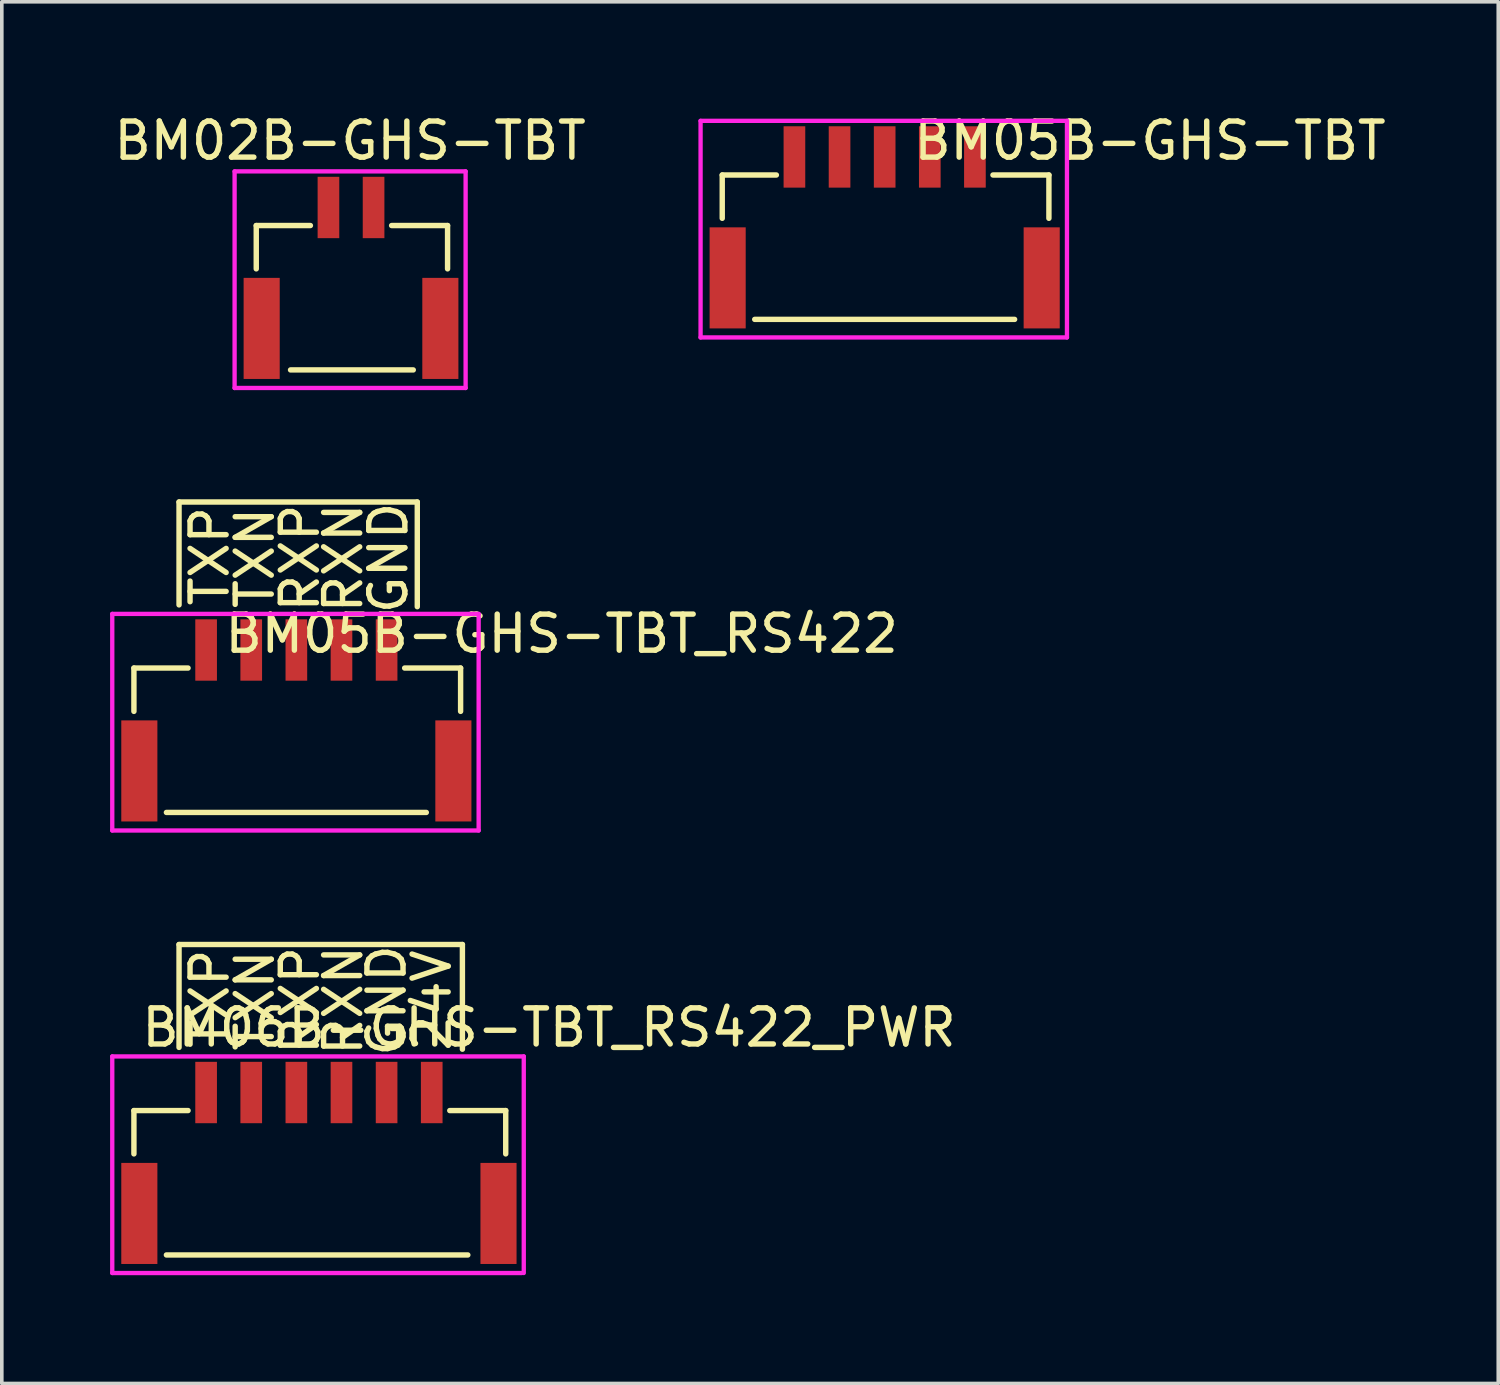
<source format=kicad_pcb>
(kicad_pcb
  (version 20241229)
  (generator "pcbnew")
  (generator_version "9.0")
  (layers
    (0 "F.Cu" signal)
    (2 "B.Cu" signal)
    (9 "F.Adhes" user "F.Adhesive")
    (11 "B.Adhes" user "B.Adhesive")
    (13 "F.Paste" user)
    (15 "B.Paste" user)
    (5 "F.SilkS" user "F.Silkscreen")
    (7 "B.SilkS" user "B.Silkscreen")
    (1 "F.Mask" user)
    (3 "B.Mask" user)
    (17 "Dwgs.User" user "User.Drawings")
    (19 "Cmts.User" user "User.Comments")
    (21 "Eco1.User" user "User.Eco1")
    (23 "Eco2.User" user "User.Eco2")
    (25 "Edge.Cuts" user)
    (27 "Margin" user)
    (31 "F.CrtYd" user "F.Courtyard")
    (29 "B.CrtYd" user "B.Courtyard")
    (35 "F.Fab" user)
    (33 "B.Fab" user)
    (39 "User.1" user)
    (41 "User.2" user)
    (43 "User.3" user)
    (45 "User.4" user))
  (footprint "BM02B-GHS-TBT"
    (layer "F.Cu")
    (at 6.649 5.398)
    (property "Reference" "BM02B-GHS-TBT" (at 0 -4.55 0) (layer "F.SilkS") (effects (font (size 1 1) (thickness 0.15))))
    (attr through_hole)
    (fp_line (start -2.6 -2.2) (end -1.1 -2.2) (stroke (width 0.15) (type solid)) (layer "F.SilkS"))
    (fp_line (start -2.6 -1) (end -2.6 -2.2) (stroke (width 0.15) (type solid)) (layer "F.SilkS"))
    (fp_line (start 1.15 -2.2) (end 2.7 -2.2) (stroke (width 0.15) (type solid)) (layer "F.SilkS"))
    (fp_line (start 1.75 1.8) (end -1.65 1.8) (stroke (width 0.15) (type solid)) (layer "F.SilkS"))
    (fp_line (start 2.7 -2.2) (end 2.7 -1) (stroke (width 0.15) (type solid)) (layer "F.SilkS"))
    (fp_line (start -3.2 -3.7) (end 3.2 -3.7) (stroke (width 0.12) (type solid)) (layer "F.CrtYd"))
    (fp_line (start -3.2 2.3) (end -3.2 -3.7) (stroke (width 0.12) (type solid)) (layer "F.CrtYd"))
    (fp_line (start 3.2 -3.7) (end 3.2 2.3) (stroke (width 0.12) (type solid)) (layer "F.CrtYd"))
    (fp_line (start 3.2 2.3) (end -3.2 2.3) (stroke (width 0.12) (type solid)) (layer "F.CrtYd"))
    (pad "" smd rect (at -2.45 0.65 90) (size 2.8 1) (layers "F.Cu" "F.Mask" "F.Paste"))
    (pad "" smd rect (at 2.5 0.65 90) (size 2.8 1) (layers "F.Cu" "F.Mask" "F.Paste"))
    (pad "1" smd rect (at -0.6 -2.7 90) (size 1.7 0.6) (layers "F.Cu" "F.Mask" "F.Paste"))
    (pad "2" smd rect (at 0.65 -2.7 90) (size 1.7 0.6) (layers "F.Cu" "F.Mask" "F.Paste")))
  (footprint "BM06B-GHS-TBT_RS422_PWR"
    (layer "F.Cu")
    (at 5.16 29.916)
    (property "Reference" "BM06B-GHS-TBT_RS422_PWR" (at 7 -4.5 0) (layer "F.SilkS") (effects (font (size 1 1) (thickness 0.15))))
    (attr through_hole)
    (fp_line (start -4.5 -2.2) (end -3 -2.2) (stroke (width 0.15) (type solid)) (layer "F.SilkS"))
    (fp_line (start -4.5 -1) (end -4.5 -2.2) (stroke (width 0.15) (type solid)) (layer "F.SilkS"))
    (fp_line (start -3.25 -6.8) (end 4.6 -6.8) (stroke (width 0.15) (type solid)) (layer "F.SilkS"))
    (fp_line (start -3.25 -3.95) (end -3.25 -6.8) (stroke (width 0.15) (type solid)) (layer "F.SilkS"))
    (fp_line (start 4.25 -2.2) (end 5.8 -2.2) (stroke (width 0.15) (type solid)) (layer "F.SilkS"))
    (fp_line (start 4.6 -6.8) (end 4.6 -3.9) (stroke (width 0.15) (type solid)) (layer "F.SilkS"))
    (fp_line (start 4.75 1.8) (end -3.6 1.8) (stroke (width 0.15) (type solid)) (layer "F.SilkS"))
    (fp_line (start 5.8 -2.2) (end 5.8 -1) (stroke (width 0.15) (type solid)) (layer "F.SilkS"))
    (fp_line (start -5.1 -3.7) (end 6.3 -3.7) (stroke (width 0.12) (type solid)) (layer "F.CrtYd"))
    (fp_line (start -5.1 2.3) (end -5.1 -3.7) (stroke (width 0.12) (type solid)) (layer "F.CrtYd"))
    (fp_line (start 6.25 2.3) (end -5.1 2.3) (stroke (width 0.12) (type solid)) (layer "F.CrtYd"))
    (fp_line (start 6.3 -3.7) (end 6.3 2.3) (stroke (width 0.12) (type solid)) (layer "F.CrtYd"))
    (fp_text user "24V" (at 3.75 -5.25 90) (layer "F.SilkS") (effects (font (size 1 1) (thickness 0.15))))
    (fp_text user "TXN" (at -1.15 -5.25 90) (layer "F.SilkS") (effects (font (size 1 1) (thickness 0.15))))
    (fp_text user "TXP" (at -2.4 -5.3 90) (layer "F.SilkS") (effects (font (size 1 1) (thickness 0.15))))
    (fp_text user "GND" (at 2.5 -5.25 90) (layer "F.SilkS") (effects (font (size 1 1) (thickness 0.15))))
    (fp_text user "RXP" (at 0.1 -5.25 90) (layer "F.SilkS") (effects (font (size 1 1) (thickness 0.15))))
    (fp_text user "RXN" (at 1.3 -5.25 90) (layer "F.SilkS") (effects (font (size 1 1) (thickness 0.15))))
    (pad "" smd rect (at -4.35 0.65 90) (size 2.8 1) (layers "F.Cu" "F.Mask" "F.Paste"))
    (pad "" smd rect (at 5.6 0.65 90) (size 2.8 1) (layers "F.Cu" "F.Mask" "F.Paste"))
    (pad "1" smd rect (at -2.5 -2.7 90) (size 1.7 0.6) (layers "F.Cu" "F.Mask" "F.Paste"))
    (pad "2" smd rect (at -1.25 -2.7 90) (size 1.7 0.6) (layers "F.Cu" "F.Mask" "F.Paste"))
    (pad "3" smd rect (at 0 -2.7 90) (size 1.7 0.6) (layers "F.Cu" "F.Mask" "F.Paste"))
    (pad "4" smd rect (at 1.25 -2.7 90) (size 1.7 0.6) (layers "F.Cu" "F.Mask" "F.Paste"))
    (pad "5" smd rect (at 2.5 -2.7 90) (size 1.7 0.6) (layers "F.Cu" "F.Mask" "F.Paste"))
    (pad "6" smd rect (at 3.75 -2.7 90) (size 1.7 0.6) (layers "F.Cu" "F.Mask" "F.Paste")))
  (footprint "BM05B-GHS-TBT_RS422"
    (layer "F.Cu")
    (at 5.16 17.657)
    (property "Reference" "BM05B-GHS-TBT_RS422" (at 7.35 -3.15 0) (layer "F.SilkS") (effects (font (size 1 1) (thickness 0.15))))
    (attr through_hole)
    (fp_line (start -4.5 -2.2) (end -3 -2.2) (stroke (width 0.15) (type solid)) (layer "F.SilkS"))
    (fp_line (start -4.5 -1) (end -4.5 -2.2) (stroke (width 0.15) (type solid)) (layer "F.SilkS"))
    (fp_line (start -3.25 -6.8) (end 3.35 -6.8) (stroke (width 0.15) (type solid)) (layer "F.SilkS"))
    (fp_line (start -3.25 -3.95) (end -3.25 -6.8) (stroke (width 0.15) (type solid)) (layer "F.SilkS"))
    (fp_line (start 3 -2.2) (end 4.55 -2.2) (stroke (width 0.15) (type solid)) (layer "F.SilkS"))
    (fp_line (start 3.35 -6.8) (end 3.35 -3.9) (stroke (width 0.15) (type solid)) (layer "F.SilkS"))
    (fp_line (start 3.6 1.8) (end -3.6 1.8) (stroke (width 0.15) (type solid)) (layer "F.SilkS"))
    (fp_line (start 4.55 -2.2) (end 4.55 -1) (stroke (width 0.15) (type solid)) (layer "F.SilkS"))
    (fp_line (start -5.1 -3.7) (end 5.05 -3.7) (stroke (width 0.12) (type solid)) (layer "F.CrtYd"))
    (fp_line (start -5.1 2.3) (end -5.1 -3.7) (stroke (width 0.12) (type solid)) (layer "F.CrtYd"))
    (fp_line (start 5.05 -3.7) (end 5.05 2.3) (stroke (width 0.12) (type solid)) (layer "F.CrtYd"))
    (fp_line (start 5.05 2.3) (end -5.1 2.3) (stroke (width 0.12) (type solid)) (layer "F.CrtYd"))
    (fp_text user "RXN" (at 1.3 -5.25 90) (layer "F.SilkS") (effects (font (size 1 1) (thickness 0.15))))
    (fp_text user "GND" (at 2.55 -5.25 90) (layer "F.SilkS") (effects (font (size 1 1) (thickness 0.15))))
    (fp_text user "TXP" (at -2.4 -5.3 90) (layer "F.SilkS") (effects (font (size 1 1) (thickness 0.15))))
    (fp_text user "RXP" (at 0.1 -5.25 90) (layer "F.SilkS") (effects (font (size 1 1) (thickness 0.15))))
    (fp_text user "TXN" (at -1.15 -5.25 90) (layer "F.SilkS") (effects (font (size 1 1) (thickness 0.15))))
    (pad "" smd rect (at -4.35 0.65 90) (size 2.8 1) (layers "F.Cu" "F.Mask" "F.Paste"))
    (pad "" smd rect (at 4.35 0.65 90) (size 2.8 1) (layers "F.Cu" "F.Mask" "F.Paste"))
    (pad "1" smd rect (at -2.5 -2.7 90) (size 1.7 0.6) (layers "F.Cu" "F.Mask" "F.Paste"))
    (pad "2" smd rect (at -1.25 -2.7 90) (size 1.7 0.6) (layers "F.Cu" "F.Mask" "F.Paste"))
    (pad "3" smd rect (at 0 -2.7 90) (size 1.7 0.6) (layers "F.Cu" "F.Mask" "F.Paste"))
    (pad "4" smd rect (at 1.25 -2.7 90) (size 1.7 0.6) (layers "F.Cu" "F.Mask" "F.Paste"))
    (pad "5" smd rect (at 2.5 -2.7 90) (size 1.7 0.6) (layers "F.Cu" "F.Mask" "F.Paste")))
  (footprint "BM05B-GHS-TBT"
    (layer "F.Cu")
    (at 21.558 3.998)
    (property "Reference" "BM05B-GHS-TBT" (at 7.25 -3.15 0) (layer "F.SilkS") (effects (font (size 1 1) (thickness 0.15))))
    (attr through_hole)
    (fp_line (start -4.6 -2.2) (end -3.1 -2.2) (stroke (width 0.15) (type solid)) (layer "F.SilkS"))
    (fp_line (start -4.6 -1) (end -4.6 -2.2) (stroke (width 0.15) (type solid)) (layer "F.SilkS"))
    (fp_line (start 2.9 -2.2) (end 4.45 -2.2) (stroke (width 0.15) (type solid)) (layer "F.SilkS"))
    (fp_line (start 3.5 1.8) (end -3.7 1.8) (stroke (width 0.15) (type solid)) (layer "F.SilkS"))
    (fp_line (start 4.45 -2.2) (end 4.45 -1) (stroke (width 0.15) (type solid)) (layer "F.SilkS"))
    (fp_line (start -5.2 -3.7) (end 4.95 -3.7) (stroke (width 0.12) (type solid)) (layer "F.CrtYd"))
    (fp_line (start -5.2 2.3) (end -5.2 -3.7) (stroke (width 0.12) (type solid)) (layer "F.CrtYd"))
    (fp_line (start 4.95 -3.7) (end 4.95 2.3) (stroke (width 0.12) (type solid)) (layer "F.CrtYd"))
    (fp_line (start 4.95 2.3) (end -5.2 2.3) (stroke (width 0.12) (type solid)) (layer "F.CrtYd"))
    (pad "" smd rect (at -4.45 0.65 90) (size 2.8 1) (layers "F.Cu" "F.Mask" "F.Paste"))
    (pad "" smd rect (at 4.25 0.65 90) (size 2.8 1) (layers "F.Cu" "F.Mask" "F.Paste"))
    (pad "1" smd rect (at -2.6 -2.7 90) (size 1.7 0.6) (layers "F.Cu" "F.Mask" "F.Paste"))
    (pad "2" smd rect (at -1.35 -2.7 90) (size 1.7 0.6) (layers "F.Cu" "F.Mask" "F.Paste"))
    (pad "3" smd rect (at -0.1 -2.7 90) (size 1.7 0.6) (layers "F.Cu" "F.Mask" "F.Paste"))
    (pad "4" smd rect (at 1.15 -2.7 90) (size 1.7 0.6) (layers "F.Cu" "F.Mask" "F.Paste"))
    (pad "5" smd rect (at 2.4 -2.7 90) (size 1.7 0.6) (layers "F.Cu" "F.Mask" "F.Paste")))
  (gr_rect
    (start -3 -3)
    (end 38.456 35.276)
    (stroke (width 0.1) (type default))
    (fill no)
    (layer "Edge.Cuts")))
</source>
